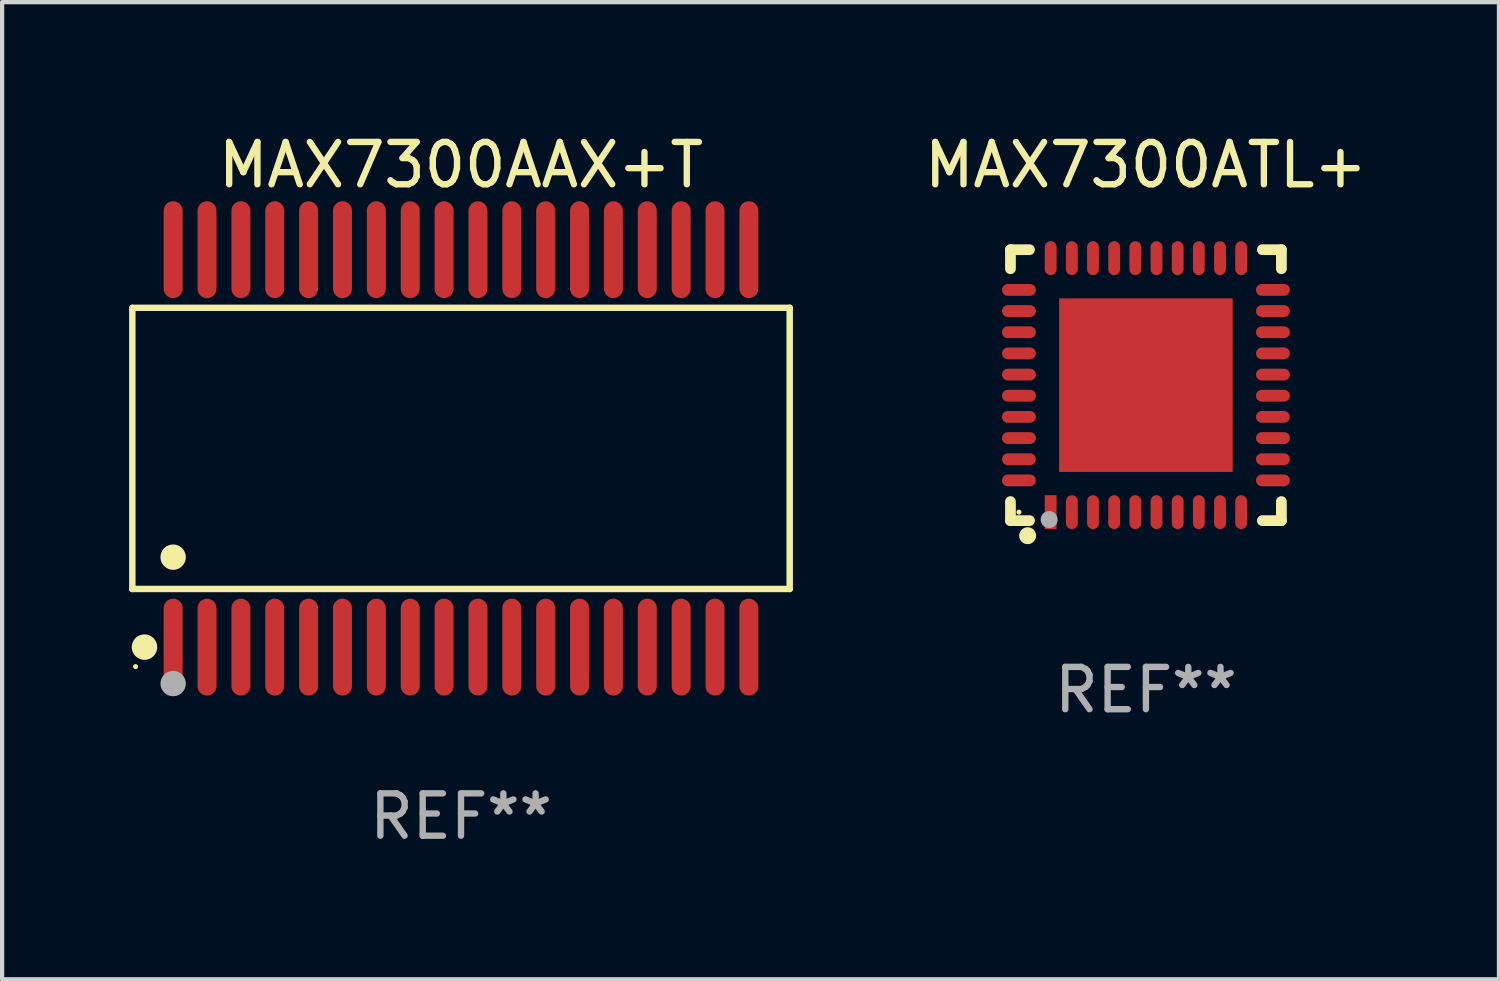
<source format=kicad_pcb>
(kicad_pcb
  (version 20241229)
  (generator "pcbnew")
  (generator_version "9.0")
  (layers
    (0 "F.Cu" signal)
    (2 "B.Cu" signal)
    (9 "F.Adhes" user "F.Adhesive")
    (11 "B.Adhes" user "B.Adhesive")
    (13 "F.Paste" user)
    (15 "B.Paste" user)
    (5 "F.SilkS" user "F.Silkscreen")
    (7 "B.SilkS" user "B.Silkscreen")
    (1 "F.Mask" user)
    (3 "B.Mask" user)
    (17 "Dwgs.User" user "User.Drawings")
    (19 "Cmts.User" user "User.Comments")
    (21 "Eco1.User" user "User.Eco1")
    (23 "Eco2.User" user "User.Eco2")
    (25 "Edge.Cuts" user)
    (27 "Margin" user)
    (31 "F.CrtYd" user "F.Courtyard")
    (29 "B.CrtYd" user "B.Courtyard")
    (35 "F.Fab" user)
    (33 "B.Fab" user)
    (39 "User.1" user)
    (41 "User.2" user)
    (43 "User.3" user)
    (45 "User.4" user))
  (footprint "MAX7300ATL+"
    (layer "F.Cu")
    (at 24.019 6.048)
    (property "Reference" "MAX7300ATL+" (at 0 -5.2 0) (layer "F.SilkS") (effects (font (size 1 1) (thickness 0.15))))
    (attr through_hole)
    (fp_line (start -3.2 -3.2) (end -3.2 -2.75) (stroke (width 0.254) (type solid)) (layer "F.SilkS"))
    (fp_line (start -3.2 3.2) (end -3.2 2.75) (stroke (width 0.254) (type solid)) (layer "F.SilkS"))
    (fp_line (start -2.75 -3.2) (end -3.2 -3.2) (stroke (width 0.254) (type solid)) (layer "F.SilkS"))
    (fp_line (start -2.75 3.2) (end -3.2 3.2) (stroke (width 0.254) (type solid)) (layer "F.SilkS"))
    (fp_line (start 3.2 -3.2) (end 2.75 -3.2) (stroke (width 0.254) (type solid)) (layer "F.SilkS"))
    (fp_line (start 3.2 -2.75) (end 3.2 -3.2) (stroke (width 0.254) (type solid)) (layer "F.SilkS"))
    (fp_line (start 3.2 2.75) (end 3.2 3.2) (stroke (width 0.254) (type solid)) (layer "F.SilkS"))
    (fp_line (start 3.2 3.2) (end 2.75 3.2) (stroke (width 0.254) (type solid)) (layer "F.SilkS"))
    (fp_circle (center -3 3) (end -2.97 3) (stroke (width 0.06) (type solid)) (fill no) (layer "F.SilkS"))
    (fp_circle (center -2.794 3.556) (end -2.694 3.556) (stroke (width 0.2) (type solid)) (fill no) (layer "F.SilkS"))
    (fp_circle (center -2.286 3.175) (end -2.186 3.175) (stroke (width 0.2) (type solid)) (fill no) (layer "F.Fab"))
    (fp_text user "REF**" (at 0 7.2 0) (layer "F.Fab") (effects (font (size 1 1) (thickness 0.15))))
    (pad "1" smd rect (at -2.25 3 180) (size 0.28 0.8) (layers "F.Cu" "F.Mask" "F.Paste"))
    (pad "2" smd oval (at -1.75 3 180) (size 0.28 0.8) (layers "F.Cu" "F.Mask" "F.Paste"))
    (pad "3" smd oval (at -1.25 3 180) (size 0.28 0.8) (layers "F.Cu" "F.Mask" "F.Paste"))
    (pad "4" smd oval (at -0.75 3 180) (size 0.28 0.8) (layers "F.Cu" "F.Mask" "F.Paste"))
    (pad "5" smd oval (at -0.25 3 180) (size 0.28 0.8) (layers "F.Cu" "F.Mask" "F.Paste"))
    (pad "6" smd oval (at 0.25 3 180) (size 0.28 0.8) (layers "F.Cu" "F.Mask" "F.Paste"))
    (pad "7" smd oval (at 0.75 3 180) (size 0.28 0.8) (layers "F.Cu" "F.Mask" "F.Paste"))
    (pad "8" smd oval (at 1.25 3 180) (size 0.28 0.8) (layers "F.Cu" "F.Mask" "F.Paste"))
    (pad "9" smd oval (at 1.75 3 180) (size 0.28 0.8) (layers "F.Cu" "F.Mask" "F.Paste"))
    (pad "10" smd oval (at 2.25 3 180) (size 0.28 0.8) (layers "F.Cu" "F.Mask" "F.Paste"))
    (pad "11" smd oval (at 3 2.25 90) (size 0.28 0.8) (layers "F.Cu" "F.Mask" "F.Paste"))
    (pad "12" smd oval (at 3 1.75 90) (size 0.28 0.8) (layers "F.Cu" "F.Mask" "F.Paste"))
    (pad "13" smd oval (at 3 1.25 90) (size 0.28 0.8) (layers "F.Cu" "F.Mask" "F.Paste"))
    (pad "14" smd oval (at 3 0.75 90) (size 0.28 0.8) (layers "F.Cu" "F.Mask" "F.Paste"))
    (pad "15" smd oval (at 3 0.25 90) (size 0.28 0.8) (layers "F.Cu" "F.Mask" "F.Paste"))
    (pad "16" smd oval (at 3 -0.25 90) (size 0.28 0.8) (layers "F.Cu" "F.Mask" "F.Paste"))
    (pad "17" smd oval (at 3 -0.75 90) (size 0.28 0.8) (layers "F.Cu" "F.Mask" "F.Paste"))
    (pad "18" smd oval (at 3 -1.25 90) (size 0.28 0.8) (layers "F.Cu" "F.Mask" "F.Paste"))
    (pad "19" smd oval (at 3 -1.75 90) (size 0.28 0.8) (layers "F.Cu" "F.Mask" "F.Paste"))
    (pad "20" smd oval (at 3 -2.25 90) (size 0.28 0.8) (layers "F.Cu" "F.Mask" "F.Paste"))
    (pad "21" smd oval (at 2.25 -3 180) (size 0.28 0.8) (layers "F.Cu" "F.Mask" "F.Paste"))
    (pad "22" smd oval (at 1.75 -3 180) (size 0.28 0.8) (layers "F.Cu" "F.Mask" "F.Paste"))
    (pad "23" smd oval (at 1.25 -3 180) (size 0.28 0.8) (layers "F.Cu" "F.Mask" "F.Paste"))
    (pad "24" smd oval (at 0.75 -3 180) (size 0.28 0.8) (layers "F.Cu" "F.Mask" "F.Paste"))
    (pad "25" smd oval (at 0.25 -3 180) (size 0.28 0.8) (layers "F.Cu" "F.Mask" "F.Paste"))
    (pad "26" smd oval (at -0.25 -3 180) (size 0.28 0.8) (layers "F.Cu" "F.Mask" "F.Paste"))
    (pad "27" smd oval (at -0.75 -3 180) (size 0.28 0.8) (layers "F.Cu" "F.Mask" "F.Paste"))
    (pad "28" smd oval (at -1.25 -3 180) (size 0.28 0.8) (layers "F.Cu" "F.Mask" "F.Paste"))
    (pad "29" smd oval (at -1.75 -3 180) (size 0.28 0.8) (layers "F.Cu" "F.Mask" "F.Paste"))
    (pad "30" smd oval (at -2.25 -3 180) (size 0.28 0.8) (layers "F.Cu" "F.Mask" "F.Paste"))
    (pad "31" smd oval (at -3 -2.25 90) (size 0.28 0.8) (layers "F.Cu" "F.Mask" "F.Paste"))
    (pad "32" smd oval (at -3 -1.75 90) (size 0.28 0.8) (layers "F.Cu" "F.Mask" "F.Paste"))
    (pad "33" smd oval (at -3 -1.25 90) (size 0.28 0.8) (layers "F.Cu" "F.Mask" "F.Paste"))
    (pad "34" smd oval (at -3 -0.75 90) (size 0.28 0.8) (layers "F.Cu" "F.Mask" "F.Paste"))
    (pad "35" smd oval (at -3 -0.25 90) (size 0.28 0.8) (layers "F.Cu" "F.Mask" "F.Paste"))
    (pad "36" smd oval (at -3 0.25 90) (size 0.28 0.8) (layers "F.Cu" "F.Mask" "F.Paste"))
    (pad "37" smd oval (at -3 0.75 90) (size 0.28 0.8) (layers "F.Cu" "F.Mask" "F.Paste"))
    (pad "38" smd oval (at -3 1.25 90) (size 0.28 0.8) (layers "F.Cu" "F.Mask" "F.Paste"))
    (pad "39" smd oval (at -3 1.75 90) (size 0.28 0.8) (layers "F.Cu" "F.Mask" "F.Paste"))
    (pad "40" smd oval (at -3 2.25 90) (size 0.28 0.8) (layers "F.Cu" "F.Mask" "F.Paste"))
    (pad "41" smd rect (at 0.000025 0.000025 90) (size 4.1 4.1) (layers "F.Cu" "F.Mask" "F.Paste")))
  (footprint "MAX7300AAX+T"
    (layer "F.Cu")
    (at 7.84 7.542)
    (property "Reference" "MAX7300AAX+T" (at 0 -6.694 0) (layer "F.SilkS") (effects (font (size 1 1) (thickness 0.15))))
    (attr through_hole)
    (fp_line (start -7.764 -3.321) (end 7.764 -3.321) (stroke (width 0.152) (type solid)) (layer "F.SilkS"))
    (fp_line (start -7.764 3.321) (end -7.764 -3.321) (stroke (width 0.152) (type solid)) (layer "F.SilkS"))
    (fp_line (start 7.764 -3.321) (end 7.764 3.321) (stroke (width 0.152) (type solid)) (layer "F.SilkS"))
    (fp_line (start 7.764 3.321) (end -7.764 3.321) (stroke (width 0.152) (type solid)) (layer "F.SilkS"))
    (fp_circle (center -7.688 5.155) (end -7.658 5.155) (stroke (width 0.06) (type solid)) (fill no) (layer "F.SilkS"))
    (fp_circle (center -7.477 4.694) (end -7.326 4.694) (stroke (width 0.3) (type solid)) (fill no) (layer "F.SilkS"))
    (fp_circle (center -6.8 2.569) (end -6.65 2.569) (stroke (width 0.3) (type solid)) (fill no) (layer "F.SilkS"))
    (fp_circle (center -6.8 5.555) (end -6.65 5.555) (stroke (width 0.3) (type solid)) (fill no) (layer "F.Fab"))
    (fp_text user "REF**" (at 0 8.694 0) (layer "F.Fab") (effects (font (size 1 1) (thickness 0.15))))
    (pad "1" smd oval (at -6.8 4.694) (size 0.448 2.288) (layers "F.Cu" "F.Mask" "F.Paste"))
    (pad "2" smd oval (at -6 4.694) (size 0.448 2.288) (layers "F.Cu" "F.Mask" "F.Paste"))
    (pad "3" smd oval (at -5.2 4.694) (size 0.448 2.288) (layers "F.Cu" "F.Mask" "F.Paste"))
    (pad "4" smd oval (at -4.4 4.694) (size 0.448 2.288) (layers "F.Cu" "F.Mask" "F.Paste"))
    (pad "5" smd oval (at -3.6 4.694) (size 0.448 2.288) (layers "F.Cu" "F.Mask" "F.Paste"))
    (pad "6" smd oval (at -2.8 4.694) (size 0.448 2.288) (layers "F.Cu" "F.Mask" "F.Paste"))
    (pad "7" smd oval (at -2 4.694) (size 0.448 2.288) (layers "F.Cu" "F.Mask" "F.Paste"))
    (pad "8" smd oval (at -1.2 4.694) (size 0.448 2.288) (layers "F.Cu" "F.Mask" "F.Paste"))
    (pad "9" smd oval (at -0.4 4.694) (size 0.448 2.288) (layers "F.Cu" "F.Mask" "F.Paste"))
    (pad "10" smd oval (at 0.4 4.694) (size 0.448 2.288) (layers "F.Cu" "F.Mask" "F.Paste"))
    (pad "11" smd oval (at 1.2 4.694) (size 0.448 2.288) (layers "F.Cu" "F.Mask" "F.Paste"))
    (pad "12" smd oval (at 2 4.694) (size 0.448 2.288) (layers "F.Cu" "F.Mask" "F.Paste"))
    (pad "13" smd oval (at 2.8 4.694) (size 0.448 2.288) (layers "F.Cu" "F.Mask" "F.Paste"))
    (pad "14" smd oval (at 3.6 4.694) (size 0.448 2.288) (layers "F.Cu" "F.Mask" "F.Paste"))
    (pad "15" smd oval (at 4.4 4.694) (size 0.448 2.288) (layers "F.Cu" "F.Mask" "F.Paste"))
    (pad "16" smd oval (at 5.2 4.694) (size 0.448 2.288) (layers "F.Cu" "F.Mask" "F.Paste"))
    (pad "17" smd oval (at 6 4.694) (size 0.448 2.288) (layers "F.Cu" "F.Mask" "F.Paste"))
    (pad "18" smd oval (at 6.8 4.694) (size 0.448 2.288) (layers "F.Cu" "F.Mask" "F.Paste"))
    (pad "19" smd oval (at 6.8 -4.694) (size 0.448 2.288) (layers "F.Cu" "F.Mask" "F.Paste"))
    (pad "20" smd oval (at 6 -4.694) (size 0.448 2.288) (layers "F.Cu" "F.Mask" "F.Paste"))
    (pad "21" smd oval (at 5.2 -4.694) (size 0.448 2.288) (layers "F.Cu" "F.Mask" "F.Paste"))
    (pad "22" smd oval (at 4.4 -4.694) (size 0.448 2.288) (layers "F.Cu" "F.Mask" "F.Paste"))
    (pad "23" smd oval (at 3.6 -4.694) (size 0.448 2.288) (layers "F.Cu" "F.Mask" "F.Paste"))
    (pad "24" smd oval (at 2.8 -4.694) (size 0.448 2.288) (layers "F.Cu" "F.Mask" "F.Paste"))
    (pad "25" smd oval (at 2 -4.694) (size 0.448 2.288) (layers "F.Cu" "F.Mask" "F.Paste"))
    (pad "26" smd oval (at 1.2 -4.694) (size 0.448 2.288) (layers "F.Cu" "F.Mask" "F.Paste"))
    (pad "27" smd oval (at 0.4 -4.694) (size 0.448 2.288) (layers "F.Cu" "F.Mask" "F.Paste"))
    (pad "28" smd oval (at -0.4 -4.694) (size 0.448 2.288) (layers "F.Cu" "F.Mask" "F.Paste"))
    (pad "29" smd oval (at -1.2 -4.694) (size 0.448 2.288) (layers "F.Cu" "F.Mask" "F.Paste"))
    (pad "30" smd oval (at -2 -4.694) (size 0.448 2.288) (layers "F.Cu" "F.Mask" "F.Paste"))
    (pad "31" smd oval (at -2.8 -4.694) (size 0.448 2.288) (layers "F.Cu" "F.Mask" "F.Paste"))
    (pad "32" smd oval (at -3.6 -4.694) (size 0.448 2.288) (layers "F.Cu" "F.Mask" "F.Paste"))
    (pad "33" smd oval (at -4.4 -4.694) (size 0.448 2.288) (layers "F.Cu" "F.Mask" "F.Paste"))
    (pad "34" smd oval (at -5.2 -4.694) (size 0.448 2.288) (layers "F.Cu" "F.Mask" "F.Paste"))
    (pad "35" smd oval (at -6 -4.694) (size 0.448 2.288) (layers "F.Cu" "F.Mask" "F.Paste"))
    (pad "36" smd oval (at -6.8 -4.694) (size 0.448 2.288) (layers "F.Cu" "F.Mask" "F.Paste")))
  (gr_rect
    (start -3 -3)
    (end 32.358 20.084)
    (stroke (width 0.1) (type default))
    (fill no)
    (layer "Edge.Cuts")))
</source>
